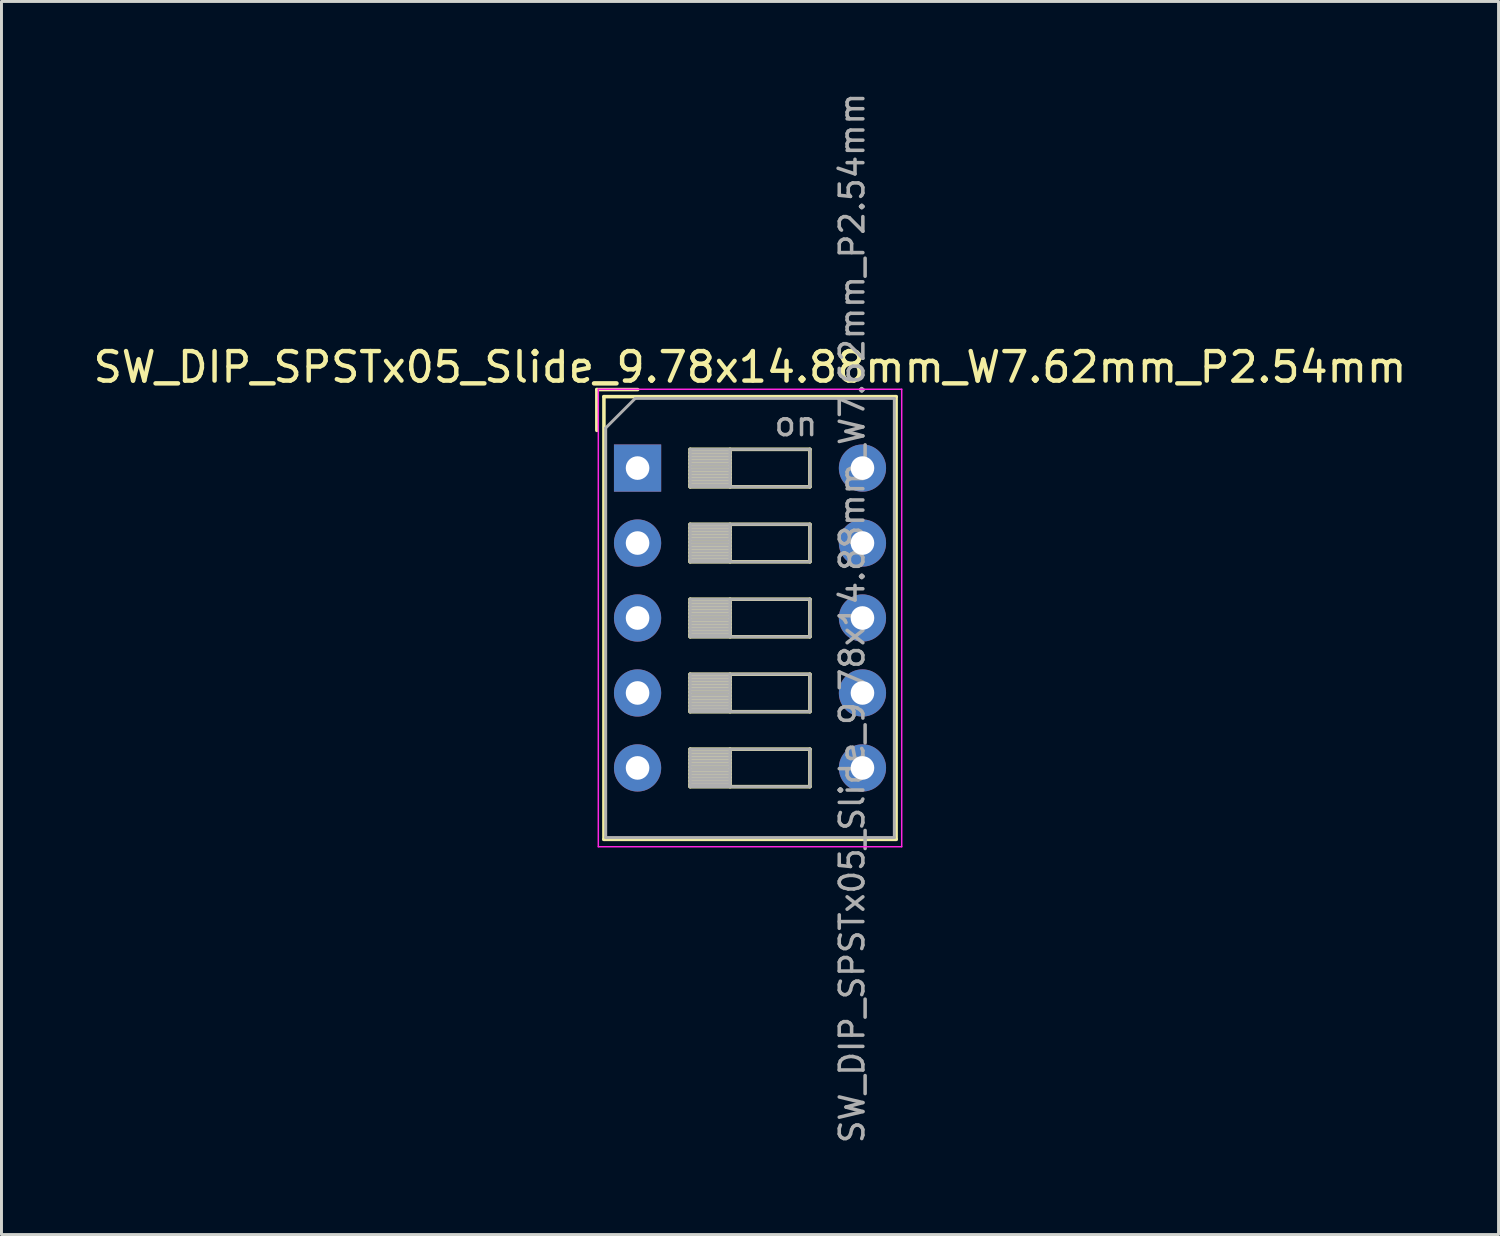
<source format=kicad_pcb>
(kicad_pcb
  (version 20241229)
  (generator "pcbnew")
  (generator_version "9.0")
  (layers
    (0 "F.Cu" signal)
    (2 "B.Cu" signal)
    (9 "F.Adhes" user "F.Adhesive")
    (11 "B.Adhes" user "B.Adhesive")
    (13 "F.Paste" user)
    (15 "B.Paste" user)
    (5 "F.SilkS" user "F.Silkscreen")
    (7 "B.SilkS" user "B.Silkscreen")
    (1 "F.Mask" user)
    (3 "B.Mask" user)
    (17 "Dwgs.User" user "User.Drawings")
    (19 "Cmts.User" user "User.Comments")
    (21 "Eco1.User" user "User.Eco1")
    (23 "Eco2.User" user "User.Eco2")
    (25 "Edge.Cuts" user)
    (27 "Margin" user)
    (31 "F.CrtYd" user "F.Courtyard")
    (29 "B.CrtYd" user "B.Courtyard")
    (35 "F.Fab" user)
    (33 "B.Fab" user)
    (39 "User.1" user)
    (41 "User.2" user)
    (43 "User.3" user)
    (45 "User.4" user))
  (footprint "SW_DIP_SPSTx05_Slide_9.78x14.88mm_W7.62mm_P2.54mm"
    (layer "F.Cu")
    (at 18.553 12.81)
    (property "Reference" "SW_DIP_SPSTx05_Slide_9.78x14.88mm_W7.62mm_P2.54mm" (at 3.81 -3.42 0) (layer "F.SilkS") (effects (font (size 1 1) (thickness 0.15))))
    (attr through_hole)
    (fp_line (start -1.38 -2.66) (end -1.38 -1.277) (stroke (width 0.12) (type solid)) (layer "F.SilkS"))
    (fp_line (start -1.38 -2.66) (end 0.003 -2.66) (stroke (width 0.12) (type solid)) (layer "F.SilkS"))
    (fp_line (start -1.14 -2.42) (end -1.14 12.58) (stroke (width 0.12) (type solid)) (layer "F.SilkS"))
    (fp_line (start -1.14 -2.42) (end 8.76 -2.42) (stroke (width 0.12) (type solid)) (layer "F.SilkS"))
    (fp_line (start -1.14 12.58) (end 8.76 12.58) (stroke (width 0.12) (type solid)) (layer "F.SilkS"))
    (fp_line (start 1.78 -0.635) (end 1.78 0.635) (stroke (width 0.12) (type solid)) (layer "F.SilkS"))
    (fp_line (start 1.78 -0.515) (end 3.133 -0.515) (stroke (width 0.12) (type solid)) (layer "F.SilkS"))
    (fp_line (start 1.78 -0.395) (end 3.133 -0.395) (stroke (width 0.12) (type solid)) (layer "F.SilkS"))
    (fp_line (start 1.78 -0.275) (end 3.133 -0.275) (stroke (width 0.12) (type solid)) (layer "F.SilkS"))
    (fp_line (start 1.78 -0.155) (end 3.133 -0.155) (stroke (width 0.12) (type solid)) (layer "F.SilkS"))
    (fp_line (start 1.78 -0.035) (end 3.133 -0.035) (stroke (width 0.12) (type solid)) (layer "F.SilkS"))
    (fp_line (start 1.78 0.085) (end 3.133 0.085) (stroke (width 0.12) (type solid)) (layer "F.SilkS"))
    (fp_line (start 1.78 0.205) (end 3.133 0.205) (stroke (width 0.12) (type solid)) (layer "F.SilkS"))
    (fp_line (start 1.78 0.325) (end 3.133 0.325) (stroke (width 0.12) (type solid)) (layer "F.SilkS"))
    (fp_line (start 1.78 0.445) (end 3.133 0.445) (stroke (width 0.12) (type solid)) (layer "F.SilkS"))
    (fp_line (start 1.78 0.565) (end 3.133 0.565) (stroke (width 0.12) (type solid)) (layer "F.SilkS"))
    (fp_line (start 1.78 0.635) (end 5.84 0.635) (stroke (width 0.12) (type solid)) (layer "F.SilkS"))
    (fp_line (start 1.78 1.905) (end 1.78 3.175) (stroke (width 0.12) (type solid)) (layer "F.SilkS"))
    (fp_line (start 1.78 2.025) (end 3.133 2.025) (stroke (width 0.12) (type solid)) (layer "F.SilkS"))
    (fp_line (start 1.78 2.145) (end 3.133 2.145) (stroke (width 0.12) (type solid)) (layer "F.SilkS"))
    (fp_line (start 1.78 2.265) (end 3.133 2.265) (stroke (width 0.12) (type solid)) (layer "F.SilkS"))
    (fp_line (start 1.78 2.385) (end 3.133 2.385) (stroke (width 0.12) (type solid)) (layer "F.SilkS"))
    (fp_line (start 1.78 2.505) (end 3.133 2.505) (stroke (width 0.12) (type solid)) (layer "F.SilkS"))
    (fp_line (start 1.78 2.625) (end 3.133 2.625) (stroke (width 0.12) (type solid)) (layer "F.SilkS"))
    (fp_line (start 1.78 2.745) (end 3.133 2.745) (stroke (width 0.12) (type solid)) (layer "F.SilkS"))
    (fp_line (start 1.78 2.865) (end 3.133 2.865) (stroke (width 0.12) (type solid)) (layer "F.SilkS"))
    (fp_line (start 1.78 2.985) (end 3.133 2.985) (stroke (width 0.12) (type solid)) (layer "F.SilkS"))
    (fp_line (start 1.78 3.105) (end 3.133 3.105) (stroke (width 0.12) (type solid)) (layer "F.SilkS"))
    (fp_line (start 1.78 3.175) (end 5.84 3.175) (stroke (width 0.12) (type solid)) (layer "F.SilkS"))
    (fp_line (start 1.78 4.445) (end 1.78 5.715) (stroke (width 0.12) (type solid)) (layer "F.SilkS"))
    (fp_line (start 1.78 4.565) (end 3.133 4.565) (stroke (width 0.12) (type solid)) (layer "F.SilkS"))
    (fp_line (start 1.78 4.685) (end 3.133 4.685) (stroke (width 0.12) (type solid)) (layer "F.SilkS"))
    (fp_line (start 1.78 4.805) (end 3.133 4.805) (stroke (width 0.12) (type solid)) (layer "F.SilkS"))
    (fp_line (start 1.78 4.925) (end 3.133 4.925) (stroke (width 0.12) (type solid)) (layer "F.SilkS"))
    (fp_line (start 1.78 5.045) (end 3.133 5.045) (stroke (width 0.12) (type solid)) (layer "F.SilkS"))
    (fp_line (start 1.78 5.165) (end 3.133 5.165) (stroke (width 0.12) (type solid)) (layer "F.SilkS"))
    (fp_line (start 1.78 5.285) (end 3.133 5.285) (stroke (width 0.12) (type solid)) (layer "F.SilkS"))
    (fp_line (start 1.78 5.405) (end 3.133 5.405) (stroke (width 0.12) (type solid)) (layer "F.SilkS"))
    (fp_line (start 1.78 5.525) (end 3.133 5.525) (stroke (width 0.12) (type solid)) (layer "F.SilkS"))
    (fp_line (start 1.78 5.645) (end 3.133 5.645) (stroke (width 0.12) (type solid)) (layer "F.SilkS"))
    (fp_line (start 1.78 5.715) (end 5.84 5.715) (stroke (width 0.12) (type solid)) (layer "F.SilkS"))
    (fp_line (start 1.78 6.985) (end 1.78 8.255) (stroke (width 0.12) (type solid)) (layer "F.SilkS"))
    (fp_line (start 1.78 7.105) (end 3.133 7.105) (stroke (width 0.12) (type solid)) (layer "F.SilkS"))
    (fp_line (start 1.78 7.225) (end 3.133 7.225) (stroke (width 0.12) (type solid)) (layer "F.SilkS"))
    (fp_line (start 1.78 7.345) (end 3.133 7.345) (stroke (width 0.12) (type solid)) (layer "F.SilkS"))
    (fp_line (start 1.78 7.465) (end 3.133 7.465) (stroke (width 0.12) (type solid)) (layer "F.SilkS"))
    (fp_line (start 1.78 7.585) (end 3.133 7.585) (stroke (width 0.12) (type solid)) (layer "F.SilkS"))
    (fp_line (start 1.78 7.705) (end 3.133 7.705) (stroke (width 0.12) (type solid)) (layer "F.SilkS"))
    (fp_line (start 1.78 7.825) (end 3.133 7.825) (stroke (width 0.12) (type solid)) (layer "F.SilkS"))
    (fp_line (start 1.78 7.945) (end 3.133 7.945) (stroke (width 0.12) (type solid)) (layer "F.SilkS"))
    (fp_line (start 1.78 8.065) (end 3.133 8.065) (stroke (width 0.12) (type solid)) (layer "F.SilkS"))
    (fp_line (start 1.78 8.185) (end 3.133 8.185) (stroke (width 0.12) (type solid)) (layer "F.SilkS"))
    (fp_line (start 1.78 8.255) (end 5.84 8.255) (stroke (width 0.12) (type solid)) (layer "F.SilkS"))
    (fp_line (start 1.78 9.525) (end 1.78 10.795) (stroke (width 0.12) (type solid)) (layer "F.SilkS"))
    (fp_line (start 1.78 9.645) (end 3.133 9.645) (stroke (width 0.12) (type solid)) (layer "F.SilkS"))
    (fp_line (start 1.78 9.765) (end 3.133 9.765) (stroke (width 0.12) (type solid)) (layer "F.SilkS"))
    (fp_line (start 1.78 9.885) (end 3.133 9.885) (stroke (width 0.12) (type solid)) (layer "F.SilkS"))
    (fp_line (start 1.78 10.005) (end 3.133 10.005) (stroke (width 0.12) (type solid)) (layer "F.SilkS"))
    (fp_line (start 1.78 10.125) (end 3.133 10.125) (stroke (width 0.12) (type solid)) (layer "F.SilkS"))
    (fp_line (start 1.78 10.245) (end 3.133 10.245) (stroke (width 0.12) (type solid)) (layer "F.SilkS"))
    (fp_line (start 1.78 10.365) (end 3.133 10.365) (stroke (width 0.12) (type solid)) (layer "F.SilkS"))
    (fp_line (start 1.78 10.485) (end 3.133 10.485) (stroke (width 0.12) (type solid)) (layer "F.SilkS"))
    (fp_line (start 1.78 10.605) (end 3.133 10.605) (stroke (width 0.12) (type solid)) (layer "F.SilkS"))
    (fp_line (start 1.78 10.725) (end 3.133 10.725) (stroke (width 0.12) (type solid)) (layer "F.SilkS"))
    (fp_line (start 1.78 10.795) (end 5.84 10.795) (stroke (width 0.12) (type solid)) (layer "F.SilkS"))
    (fp_line (start 3.133 -0.635) (end 3.133 0.635) (stroke (width 0.12) (type solid)) (layer "F.SilkS"))
    (fp_line (start 3.133 1.905) (end 3.133 3.175) (stroke (width 0.12) (type solid)) (layer "F.SilkS"))
    (fp_line (start 3.133 4.445) (end 3.133 5.715) (stroke (width 0.12) (type solid)) (layer "F.SilkS"))
    (fp_line (start 3.133 6.985) (end 3.133 8.255) (stroke (width 0.12) (type solid)) (layer "F.SilkS"))
    (fp_line (start 3.133 9.525) (end 3.133 10.795) (stroke (width 0.12) (type solid)) (layer "F.SilkS"))
    (fp_line (start 5.84 -0.635) (end 1.78 -0.635) (stroke (width 0.12) (type solid)) (layer "F.SilkS"))
    (fp_line (start 5.84 0.635) (end 5.84 -0.635) (stroke (width 0.12) (type solid)) (layer "F.SilkS"))
    (fp_line (start 5.84 1.905) (end 1.78 1.905) (stroke (width 0.12) (type solid)) (layer "F.SilkS"))
    (fp_line (start 5.84 3.175) (end 5.84 1.905) (stroke (width 0.12) (type solid)) (layer "F.SilkS"))
    (fp_line (start 5.84 4.445) (end 1.78 4.445) (stroke (width 0.12) (type solid)) (layer "F.SilkS"))
    (fp_line (start 5.84 5.715) (end 5.84 4.445) (stroke (width 0.12) (type solid)) (layer "F.SilkS"))
    (fp_line (start 5.84 6.985) (end 1.78 6.985) (stroke (width 0.12) (type solid)) (layer "F.SilkS"))
    (fp_line (start 5.84 8.255) (end 5.84 6.985) (stroke (width 0.12) (type solid)) (layer "F.SilkS"))
    (fp_line (start 5.84 9.525) (end 1.78 9.525) (stroke (width 0.12) (type solid)) (layer "F.SilkS"))
    (fp_line (start 5.84 10.795) (end 5.84 9.525) (stroke (width 0.12) (type solid)) (layer "F.SilkS"))
    (fp_line (start 8.76 -2.42) (end 8.76 12.58) (stroke (width 0.12) (type solid)) (layer "F.SilkS"))
    (fp_line (start -1.33 -2.67) (end -1.33 12.83) (stroke (width 0.05) (type solid)) (layer "F.CrtYd"))
    (fp_line (start -1.33 12.83) (end 8.95 12.83) (stroke (width 0.05) (type solid)) (layer "F.CrtYd"))
    (fp_line (start 8.95 -2.67) (end -1.33 -2.67) (stroke (width 0.05) (type solid)) (layer "F.CrtYd"))
    (fp_line (start 8.95 12.83) (end 8.95 -2.67) (stroke (width 0.05) (type solid)) (layer "F.CrtYd"))
    (fp_line (start -1.08 -1.36) (end -0.08 -2.36) (stroke (width 0.1) (type solid)) (layer "F.Fab"))
    (fp_line (start -1.08 12.52) (end -1.08 -1.36) (stroke (width 0.1) (type solid)) (layer "F.Fab"))
    (fp_line (start -0.08 -2.36) (end 8.7 -2.36) (stroke (width 0.1) (type solid)) (layer "F.Fab"))
    (fp_line (start 1.78 -0.635) (end 1.78 0.635) (stroke (width 0.1) (type solid)) (layer "F.Fab"))
    (fp_line (start 1.78 -0.535) (end 3.133 -0.535) (stroke (width 0.1) (type solid)) (layer "F.Fab"))
    (fp_line (start 1.78 -0.435) (end 3.133 -0.435) (stroke (width 0.1) (type solid)) (layer "F.Fab"))
    (fp_line (start 1.78 -0.335) (end 3.133 -0.335) (stroke (width 0.1) (type solid)) (layer "F.Fab"))
    (fp_line (start 1.78 -0.235) (end 3.133 -0.235) (stroke (width 0.1) (type solid)) (layer "F.Fab"))
    (fp_line (start 1.78 -0.135) (end 3.133 -0.135) (stroke (width 0.1) (type solid)) (layer "F.Fab"))
    (fp_line (start 1.78 -0.035) (end 3.133 -0.035) (stroke (width 0.1) (type solid)) (layer "F.Fab"))
    (fp_line (start 1.78 0.065) (end 3.133 0.065) (stroke (width 0.1) (type solid)) (layer "F.Fab"))
    (fp_line (start 1.78 0.165) (end 3.133 0.165) (stroke (width 0.1) (type solid)) (layer "F.Fab"))
    (fp_line (start 1.78 0.265) (end 3.133 0.265) (stroke (width 0.1) (type solid)) (layer "F.Fab"))
    (fp_line (start 1.78 0.365) (end 3.133 0.365) (stroke (width 0.1) (type solid)) (layer "F.Fab"))
    (fp_line (start 1.78 0.465) (end 3.133 0.465) (stroke (width 0.1) (type solid)) (layer "F.Fab"))
    (fp_line (start 1.78 0.565) (end 3.133 0.565) (stroke (width 0.1) (type solid)) (layer "F.Fab"))
    (fp_line (start 1.78 0.635) (end 5.84 0.635) (stroke (width 0.1) (type solid)) (layer "F.Fab"))
    (fp_line (start 1.78 1.905) (end 1.78 3.175) (stroke (width 0.1) (type solid)) (layer "F.Fab"))
    (fp_line (start 1.78 2.005) (end 3.133 2.005) (stroke (width 0.1) (type solid)) (layer "F.Fab"))
    (fp_line (start 1.78 2.105) (end 3.133 2.105) (stroke (width 0.1) (type solid)) (layer "F.Fab"))
    (fp_line (start 1.78 2.205) (end 3.133 2.205) (stroke (width 0.1) (type solid)) (layer "F.Fab"))
    (fp_line (start 1.78 2.305) (end 3.133 2.305) (stroke (width 0.1) (type solid)) (layer "F.Fab"))
    (fp_line (start 1.78 2.405) (end 3.133 2.405) (stroke (width 0.1) (type solid)) (layer "F.Fab"))
    (fp_line (start 1.78 2.505) (end 3.133 2.505) (stroke (width 0.1) (type solid)) (layer "F.Fab"))
    (fp_line (start 1.78 2.605) (end 3.133 2.605) (stroke (width 0.1) (type solid)) (layer "F.Fab"))
    (fp_line (start 1.78 2.705) (end 3.133 2.705) (stroke (width 0.1) (type solid)) (layer "F.Fab"))
    (fp_line (start 1.78 2.805) (end 3.133 2.805) (stroke (width 0.1) (type solid)) (layer "F.Fab"))
    (fp_line (start 1.78 2.905) (end 3.133 2.905) (stroke (width 0.1) (type solid)) (layer "F.Fab"))
    (fp_line (start 1.78 3.005) (end 3.133 3.005) (stroke (width 0.1) (type solid)) (layer "F.Fab"))
    (fp_line (start 1.78 3.105) (end 3.133 3.105) (stroke (width 0.1) (type solid)) (layer "F.Fab"))
    (fp_line (start 1.78 3.175) (end 5.84 3.175) (stroke (width 0.1) (type solid)) (layer "F.Fab"))
    (fp_line (start 1.78 4.445) (end 1.78 5.715) (stroke (width 0.1) (type solid)) (layer "F.Fab"))
    (fp_line (start 1.78 4.545) (end 3.133 4.545) (stroke (width 0.1) (type solid)) (layer "F.Fab"))
    (fp_line (start 1.78 4.645) (end 3.133 4.645) (stroke (width 0.1) (type solid)) (layer "F.Fab"))
    (fp_line (start 1.78 4.745) (end 3.133 4.745) (stroke (width 0.1) (type solid)) (layer "F.Fab"))
    (fp_line (start 1.78 4.845) (end 3.133 4.845) (stroke (width 0.1) (type solid)) (layer "F.Fab"))
    (fp_line (start 1.78 4.945) (end 3.133 4.945) (stroke (width 0.1) (type solid)) (layer "F.Fab"))
    (fp_line (start 1.78 5.045) (end 3.133 5.045) (stroke (width 0.1) (type solid)) (layer "F.Fab"))
    (fp_line (start 1.78 5.145) (end 3.133 5.145) (stroke (width 0.1) (type solid)) (layer "F.Fab"))
    (fp_line (start 1.78 5.245) (end 3.133 5.245) (stroke (width 0.1) (type solid)) (layer "F.Fab"))
    (fp_line (start 1.78 5.345) (end 3.133 5.345) (stroke (width 0.1) (type solid)) (layer "F.Fab"))
    (fp_line (start 1.78 5.445) (end 3.133 5.445) (stroke (width 0.1) (type solid)) (layer "F.Fab"))
    (fp_line (start 1.78 5.545) (end 3.133 5.545) (stroke (width 0.1) (type solid)) (layer "F.Fab"))
    (fp_line (start 1.78 5.645) (end 3.133 5.645) (stroke (width 0.1) (type solid)) (layer "F.Fab"))
    (fp_line (start 1.78 5.715) (end 5.84 5.715) (stroke (width 0.1) (type solid)) (layer "F.Fab"))
    (fp_line (start 1.78 6.985) (end 1.78 8.255) (stroke (width 0.1) (type solid)) (layer "F.Fab"))
    (fp_line (start 1.78 7.085) (end 3.133 7.085) (stroke (width 0.1) (type solid)) (layer "F.Fab"))
    (fp_line (start 1.78 7.185) (end 3.133 7.185) (stroke (width 0.1) (type solid)) (layer "F.Fab"))
    (fp_line (start 1.78 7.285) (end 3.133 7.285) (stroke (width 0.1) (type solid)) (layer "F.Fab"))
    (fp_line (start 1.78 7.385) (end 3.133 7.385) (stroke (width 0.1) (type solid)) (layer "F.Fab"))
    (fp_line (start 1.78 7.485) (end 3.133 7.485) (stroke (width 0.1) (type solid)) (layer "F.Fab"))
    (fp_line (start 1.78 7.585) (end 3.133 7.585) (stroke (width 0.1) (type solid)) (layer "F.Fab"))
    (fp_line (start 1.78 7.685) (end 3.133 7.685) (stroke (width 0.1) (type solid)) (layer "F.Fab"))
    (fp_line (start 1.78 7.785) (end 3.133 7.785) (stroke (width 0.1) (type solid)) (layer "F.Fab"))
    (fp_line (start 1.78 7.885) (end 3.133 7.885) (stroke (width 0.1) (type solid)) (layer "F.Fab"))
    (fp_line (start 1.78 7.985) (end 3.133 7.985) (stroke (width 0.1) (type solid)) (layer "F.Fab"))
    (fp_line (start 1.78 8.085) (end 3.133 8.085) (stroke (width 0.1) (type solid)) (layer "F.Fab"))
    (fp_line (start 1.78 8.185) (end 3.133 8.185) (stroke (width 0.1) (type solid)) (layer "F.Fab"))
    (fp_line (start 1.78 8.255) (end 5.84 8.255) (stroke (width 0.1) (type solid)) (layer "F.Fab"))
    (fp_line (start 1.78 9.525) (end 1.78 10.795) (stroke (width 0.1) (type solid)) (layer "F.Fab"))
    (fp_line (start 1.78 9.625) (end 3.133 9.625) (stroke (width 0.1) (type solid)) (layer "F.Fab"))
    (fp_line (start 1.78 9.725) (end 3.133 9.725) (stroke (width 0.1) (type solid)) (layer "F.Fab"))
    (fp_line (start 1.78 9.825) (end 3.133 9.825) (stroke (width 0.1) (type solid)) (layer "F.Fab"))
    (fp_line (start 1.78 9.925) (end 3.133 9.925) (stroke (width 0.1) (type solid)) (layer "F.Fab"))
    (fp_line (start 1.78 10.025) (end 3.133 10.025) (stroke (width 0.1) (type solid)) (layer "F.Fab"))
    (fp_line (start 1.78 10.125) (end 3.133 10.125) (stroke (width 0.1) (type solid)) (layer "F.Fab"))
    (fp_line (start 1.78 10.225) (end 3.133 10.225) (stroke (width 0.1) (type solid)) (layer "F.Fab"))
    (fp_line (start 1.78 10.325) (end 3.133 10.325) (stroke (width 0.1) (type solid)) (layer "F.Fab"))
    (fp_line (start 1.78 10.425) (end 3.133 10.425) (stroke (width 0.1) (type solid)) (layer "F.Fab"))
    (fp_line (start 1.78 10.525) (end 3.133 10.525) (stroke (width 0.1) (type solid)) (layer "F.Fab"))
    (fp_line (start 1.78 10.625) (end 3.133 10.625) (stroke (width 0.1) (type solid)) (layer "F.Fab"))
    (fp_line (start 1.78 10.725) (end 3.133 10.725) (stroke (width 0.1) (type solid)) (layer "F.Fab"))
    (fp_line (start 1.78 10.795) (end 5.84 10.795) (stroke (width 0.1) (type solid)) (layer "F.Fab"))
    (fp_line (start 3.133 -0.635) (end 3.133 0.635) (stroke (width 0.1) (type solid)) (layer "F.Fab"))
    (fp_line (start 3.133 1.905) (end 3.133 3.175) (stroke (width 0.1) (type solid)) (layer "F.Fab"))
    (fp_line (start 3.133 4.445) (end 3.133 5.715) (stroke (width 0.1) (type solid)) (layer "F.Fab"))
    (fp_line (start 3.133 6.985) (end 3.133 8.255) (stroke (width 0.1) (type solid)) (layer "F.Fab"))
    (fp_line (start 3.133 9.525) (end 3.133 10.795) (stroke (width 0.1) (type solid)) (layer "F.Fab"))
    (fp_line (start 5.84 -0.635) (end 1.78 -0.635) (stroke (width 0.1) (type solid)) (layer "F.Fab"))
    (fp_line (start 5.84 0.635) (end 5.84 -0.635) (stroke (width 0.1) (type solid)) (layer "F.Fab"))
    (fp_line (start 5.84 1.905) (end 1.78 1.905) (stroke (width 0.1) (type solid)) (layer "F.Fab"))
    (fp_line (start 5.84 3.175) (end 5.84 1.905) (stroke (width 0.1) (type solid)) (layer "F.Fab"))
    (fp_line (start 5.84 4.445) (end 1.78 4.445) (stroke (width 0.1) (type solid)) (layer "F.Fab"))
    (fp_line (start 5.84 5.715) (end 5.84 4.445) (stroke (width 0.1) (type solid)) (layer "F.Fab"))
    (fp_line (start 5.84 6.985) (end 1.78 6.985) (stroke (width 0.1) (type solid)) (layer "F.Fab"))
    (fp_line (start 5.84 8.255) (end 5.84 6.985) (stroke (width 0.1) (type solid)) (layer "F.Fab"))
    (fp_line (start 5.84 9.525) (end 1.78 9.525) (stroke (width 0.1) (type solid)) (layer "F.Fab"))
    (fp_line (start 5.84 10.795) (end 5.84 9.525) (stroke (width 0.1) (type solid)) (layer "F.Fab"))
    (fp_line (start 8.7 -2.36) (end 8.7 12.52) (stroke (width 0.1) (type solid)) (layer "F.Fab"))
    (fp_line (start 8.7 12.52) (end -1.08 12.52) (stroke (width 0.1) (type solid)) (layer "F.Fab"))
    (fp_text user "on" (at 5.365 -1.498 0) (layer "F.Fab") (effects (font (size 0.8 0.8) (thickness 0.12))))
    (fp_text user "${REFERENCE}" (at 7.27 5.08 90) (layer "F.Fab") (effects (font (size 0.8 0.8) (thickness 0.12))))
    (pad "1" thru_hole rect (at 0 0) (size 1.6 1.6) (drill 0.8) (layers "*.Cu" "*.Mask"))
    (pad "2" thru_hole circle (at 0 2.54) (size 1.6 1.6) (drill 0.8) (layers "*.Cu" "*.Mask"))
    (pad "3" thru_hole circle (at 0 5.08) (size 1.6 1.6) (drill 0.8) (layers "*.Cu" "*.Mask"))
    (pad "4" thru_hole circle (at 0 7.62) (size 1.6 1.6) (drill 0.8) (layers "*.Cu" "*.Mask"))
    (pad "5" thru_hole circle (at 0 10.16) (size 1.6 1.6) (drill 0.8) (layers "*.Cu" "*.Mask"))
    (pad "6" thru_hole circle (at 7.62 10.16) (size 1.6 1.6) (drill 0.8) (layers "*.Cu" "*.Mask"))
    (pad "7" thru_hole circle (at 7.62 7.62) (size 1.6 1.6) (drill 0.8) (layers "*.Cu" "*.Mask"))
    (pad "8" thru_hole circle (at 7.62 5.08) (size 1.6 1.6) (drill 0.8) (layers "*.Cu" "*.Mask"))
    (pad "9" thru_hole circle (at 7.62 2.54) (size 1.6 1.6) (drill 0.8) (layers "*.Cu" "*.Mask"))
    (pad "10" thru_hole circle (at 7.62 0) (size 1.6 1.6) (drill 0.8) (layers "*.Cu" "*.Mask")))
  (gr_rect
    (start -3 -3)
    (end 47.726 38.781)
    (stroke (width 0.1) (type default))
    (fill no)
    (layer "Edge.Cuts")))
</source>
